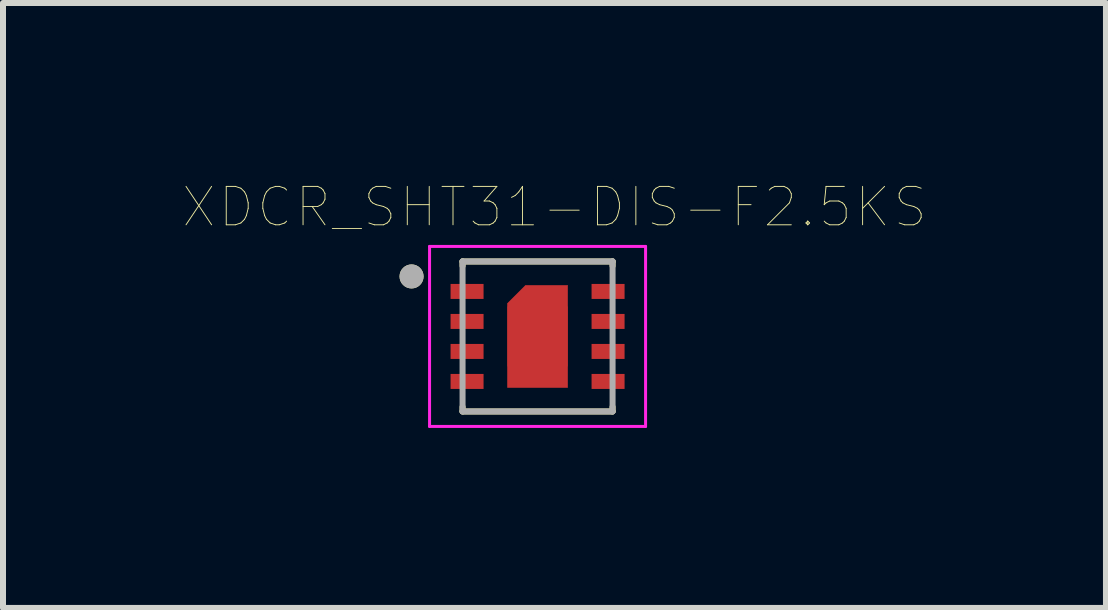
<source format=kicad_pcb>
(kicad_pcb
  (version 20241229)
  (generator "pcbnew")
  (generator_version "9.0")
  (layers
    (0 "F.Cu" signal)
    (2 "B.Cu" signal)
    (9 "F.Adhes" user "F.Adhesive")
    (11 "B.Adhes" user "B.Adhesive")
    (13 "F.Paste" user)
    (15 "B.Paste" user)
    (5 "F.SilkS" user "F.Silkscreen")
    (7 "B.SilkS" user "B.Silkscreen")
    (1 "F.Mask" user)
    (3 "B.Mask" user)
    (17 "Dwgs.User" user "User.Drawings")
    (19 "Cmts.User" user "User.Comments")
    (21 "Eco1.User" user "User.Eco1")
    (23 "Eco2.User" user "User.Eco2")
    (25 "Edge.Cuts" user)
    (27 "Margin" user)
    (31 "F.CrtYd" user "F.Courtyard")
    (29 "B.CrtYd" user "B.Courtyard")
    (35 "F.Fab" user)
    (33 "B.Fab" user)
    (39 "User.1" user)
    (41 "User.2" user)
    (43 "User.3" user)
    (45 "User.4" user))
  (footprint "XDCR_SHT31-DIS-F2.5KS"
    (layer "F.Cu")
    (at 5.909 2.557)
    (property "Reference" "XDCR_SHT31-DIS-F2.5KS" (at 0.282 -2.156 0) (layer "F.SilkS") (effects (font (size 0.64 0.64) (thickness 0.015))))
    (attr through_hole)
    (fp_poly (pts (xy -0.5 -0.55) (xy -0.2 -0.85) (xy 0.5 -0.85) (xy 0.5 0.85) (xy -0.5 0.85)) (stroke (width 0.01) (type solid)) (fill yes) (layer "F.Cu"))
    (fp_poly (pts (xy -0.6 -0.621) (xy -0.6 0.85) (xy -0.6 0.855) (xy -0.599 0.86) (xy -0.599 0.866) (xy -0.598 0.871) (xy -0.597 0.876) (xy -0.595 0.881) (xy -0.593 0.886) (xy -0.591 0.891) (xy -0.589 0.895) (xy -0.587 0.9) (xy -0.584 0.904) (xy -0.581 0.909) (xy -0.578 0.913) (xy -0.574 0.917) (xy -0.571 0.921) (xy -0.567 0.924) (xy -0.563 0.928) (xy -0.559 0.931) (xy -0.554 0.934) (xy -0.55 0.937) (xy -0.545 0.939) (xy -0.541 0.941) (xy -0.536 0.943) (xy -0.531 0.945) (xy -0.526 0.947) (xy -0.521 0.948) (xy -0.516 0.949) (xy -0.51 0.949) (xy -0.505 0.95) (xy -0.5 0.95) (xy 0.5 0.95) (xy 0.505 0.95) (xy 0.51 0.949) (xy 0.516 0.949) (xy 0.521 0.948) (xy 0.526 0.947) (xy 0.531 0.945) (xy 0.536 0.943) (xy 0.541 0.941) (xy 0.545 0.939) (xy 0.55 0.937) (xy 0.554 0.934) (xy 0.559 0.931) (xy 0.563 0.928) (xy 0.567 0.924) (xy 0.571 0.921) (xy 0.574 0.917) (xy 0.578 0.913) (xy 0.581 0.909) (xy 0.584 0.904) (xy 0.587 0.9) (xy 0.589 0.895) (xy 0.591 0.891) (xy 0.593 0.886) (xy 0.595 0.881) (xy 0.597 0.876) (xy 0.598 0.871) (xy 0.599 0.866) (xy 0.599 0.86) (xy 0.6 0.855) (xy 0.6 0.85) (xy 0.6 -0.85) (xy 0.6 -0.855) (xy 0.599 -0.86) (xy 0.599 -0.866) (xy 0.598 -0.871) (xy 0.597 -0.876) (xy 0.595 -0.881) (xy 0.593 -0.886) (xy 0.591 -0.891) (xy 0.589 -0.895) (xy 0.587 -0.9) (xy 0.584 -0.904) (xy 0.581 -0.909) (xy 0.578 -0.913) (xy 0.574 -0.917) (xy 0.571 -0.921) (xy 0.567 -0.924) (xy 0.563 -0.928) (xy 0.559 -0.931) (xy 0.554 -0.934) (xy 0.55 -0.937) (xy 0.545 -0.939) (xy 0.541 -0.941) (xy 0.536 -0.943) (xy 0.531 -0.945) (xy 0.526 -0.947) (xy 0.521 -0.948) (xy 0.516 -0.949) (xy 0.51 -0.949) (xy 0.505 -0.95) (xy 0.5 -0.95) (xy -0.271 -0.95) (xy -0.6 -0.621)) (stroke (width 0.01) (type solid)) (fill yes) (layer "F.Mask"))
    (fp_poly (pts (xy -1.5 -0.825) (xy -1.5 -0.675) (xy -1.5 -0.67) (xy -1.499 -0.665) (xy -1.499 -0.659) (xy -1.498 -0.654) (xy -1.497 -0.649) (xy -1.495 -0.644) (xy -1.493 -0.639) (xy -1.491 -0.634) (xy -1.489 -0.63) (xy -1.487 -0.625) (xy -1.484 -0.621) (xy -1.481 -0.616) (xy -1.478 -0.612) (xy -1.474 -0.608) (xy -1.471 -0.604) (xy -1.467 -0.601) (xy -1.463 -0.597) (xy -1.459 -0.594) (xy -1.454 -0.591) (xy -1.45 -0.588) (xy -1.445 -0.586) (xy -1.441 -0.584) (xy -1.436 -0.582) (xy -1.431 -0.58) (xy -1.426 -0.578) (xy -1.421 -0.577) (xy -1.416 -0.576) (xy -1.41 -0.576) (xy -1.405 -0.575) (xy -1.4 -0.575) (xy -0.95 -0.575) (xy -0.945 -0.575) (xy -0.94 -0.576) (xy -0.934 -0.576) (xy -0.929 -0.577) (xy -0.924 -0.578) (xy -0.919 -0.58) (xy -0.914 -0.582) (xy -0.909 -0.584) (xy -0.905 -0.586) (xy -0.9 -0.588) (xy -0.896 -0.591) (xy -0.891 -0.594) (xy -0.887 -0.597) (xy -0.883 -0.601) (xy -0.879 -0.604) (xy -0.876 -0.608) (xy -0.872 -0.612) (xy -0.869 -0.616) (xy -0.866 -0.621) (xy -0.863 -0.625) (xy -0.861 -0.63) (xy -0.859 -0.634) (xy -0.857 -0.639) (xy -0.855 -0.644) (xy -0.853 -0.649) (xy -0.852 -0.654) (xy -0.851 -0.659) (xy -0.851 -0.665) (xy -0.85 -0.67) (xy -0.85 -0.675) (xy -0.85 -0.825) (xy -0.85 -0.83) (xy -0.851 -0.835) (xy -0.851 -0.841) (xy -0.852 -0.846) (xy -0.853 -0.851) (xy -0.855 -0.856) (xy -0.857 -0.861) (xy -0.859 -0.866) (xy -0.861 -0.87) (xy -0.863 -0.875) (xy -0.866 -0.879) (xy -0.869 -0.884) (xy -0.872 -0.888) (xy -0.876 -0.892) (xy -0.879 -0.896) (xy -0.883 -0.899) (xy -0.887 -0.903) (xy -0.891 -0.906) (xy -0.896 -0.909) (xy -0.9 -0.912) (xy -0.905 -0.914) (xy -0.909 -0.916) (xy -0.914 -0.918) (xy -0.919 -0.92) (xy -0.924 -0.922) (xy -0.929 -0.923) (xy -0.934 -0.924) (xy -0.94 -0.924) (xy -0.945 -0.925) (xy -0.95 -0.925) (xy -1.4 -0.925) (xy -1.405 -0.925) (xy -1.41 -0.924) (xy -1.416 -0.924) (xy -1.421 -0.923) (xy -1.426 -0.922) (xy -1.431 -0.92) (xy -1.436 -0.918) (xy -1.441 -0.916) (xy -1.445 -0.914) (xy -1.45 -0.912) (xy -1.454 -0.909) (xy -1.459 -0.906) (xy -1.463 -0.903) (xy -1.467 -0.899) (xy -1.471 -0.896) (xy -1.474 -0.892) (xy -1.478 -0.888) (xy -1.481 -0.884) (xy -1.484 -0.879) (xy -1.487 -0.875) (xy -1.489 -0.87) (xy -1.491 -0.866) (xy -1.493 -0.861) (xy -1.495 -0.856) (xy -1.497 -0.851) (xy -1.498 -0.846) (xy -1.499 -0.841) (xy -1.499 -0.835) (xy -1.5 -0.83) (xy -1.5 -0.825)) (stroke (width 0.01) (type solid)) (fill yes) (layer "F.Mask"))
    (fp_poly (pts (xy -1.5 -0.375) (xy -1.5 -0.125) (xy -1.5 -0.122) (xy -1.5 -0.12) (xy -1.499 -0.117) (xy -1.499 -0.115) (xy -1.498 -0.112) (xy -1.498 -0.11) (xy -1.497 -0.107) (xy -1.496 -0.105) (xy -1.495 -0.102) (xy -1.493 -0.1) (xy -1.492 -0.098) (xy -1.49 -0.096) (xy -1.489 -0.094) (xy -1.487 -0.092) (xy -1.485 -0.09) (xy -1.483 -0.088) (xy -1.481 -0.086) (xy -1.479 -0.085) (xy -1.477 -0.083) (xy -1.475 -0.082) (xy -1.473 -0.08) (xy -1.47 -0.079) (xy -1.468 -0.078) (xy -1.465 -0.077) (xy -1.463 -0.077) (xy -1.46 -0.076) (xy -1.458 -0.076) (xy -1.455 -0.075) (xy -1.453 -0.075) (xy -1.45 -0.075) (xy -0.9 -0.075) (xy -0.897 -0.075) (xy -0.895 -0.075) (xy -0.892 -0.076) (xy -0.89 -0.076) (xy -0.887 -0.077) (xy -0.885 -0.077) (xy -0.882 -0.078) (xy -0.88 -0.079) (xy -0.877 -0.08) (xy -0.875 -0.082) (xy -0.873 -0.083) (xy -0.871 -0.085) (xy -0.869 -0.086) (xy -0.867 -0.088) (xy -0.865 -0.09) (xy -0.863 -0.092) (xy -0.861 -0.094) (xy -0.86 -0.096) (xy -0.858 -0.098) (xy -0.857 -0.1) (xy -0.855 -0.102) (xy -0.854 -0.105) (xy -0.853 -0.107) (xy -0.852 -0.11) (xy -0.852 -0.112) (xy -0.851 -0.115) (xy -0.851 -0.117) (xy -0.85 -0.12) (xy -0.85 -0.122) (xy -0.85 -0.125) (xy -0.85 -0.375) (xy -0.85 -0.378) (xy -0.85 -0.38) (xy -0.851 -0.383) (xy -0.851 -0.385) (xy -0.852 -0.388) (xy -0.852 -0.39) (xy -0.853 -0.393) (xy -0.854 -0.395) (xy -0.855 -0.398) (xy -0.857 -0.4) (xy -0.858 -0.402) (xy -0.86 -0.404) (xy -0.861 -0.406) (xy -0.863 -0.408) (xy -0.865 -0.41) (xy -0.867 -0.412) (xy -0.869 -0.414) (xy -0.871 -0.415) (xy -0.873 -0.417) (xy -0.875 -0.418) (xy -0.877 -0.42) (xy -0.88 -0.421) (xy -0.882 -0.422) (xy -0.885 -0.423) (xy -0.887 -0.423) (xy -0.89 -0.424) (xy -0.892 -0.424) (xy -0.895 -0.425) (xy -0.897 -0.425) (xy -0.9 -0.425) (xy -1.45 -0.425) (xy -1.453 -0.425) (xy -1.455 -0.425) (xy -1.458 -0.424) (xy -1.46 -0.424) (xy -1.463 -0.423) (xy -1.465 -0.423) (xy -1.468 -0.422) (xy -1.47 -0.421) (xy -1.473 -0.42) (xy -1.475 -0.418) (xy -1.477 -0.417) (xy -1.479 -0.415) (xy -1.481 -0.414) (xy -1.483 -0.412) (xy -1.485 -0.41) (xy -1.487 -0.408) (xy -1.489 -0.406) (xy -1.49 -0.404) (xy -1.492 -0.402) (xy -1.493 -0.4) (xy -1.495 -0.398) (xy -1.496 -0.395) (xy -1.497 -0.393) (xy -1.498 -0.39) (xy -1.498 -0.388) (xy -1.499 -0.385) (xy -1.499 -0.383) (xy -1.5 -0.38) (xy -1.5 -0.378) (xy -1.5 -0.375)) (stroke (width 0.01) (type solid)) (fill yes) (layer "F.Mask"))
    (fp_poly (pts (xy -1.5 0.125) (xy -1.5 0.375) (xy -1.5 0.378) (xy -1.5 0.38) (xy -1.499 0.383) (xy -1.499 0.385) (xy -1.498 0.388) (xy -1.498 0.39) (xy -1.497 0.393) (xy -1.496 0.395) (xy -1.495 0.398) (xy -1.493 0.4) (xy -1.492 0.402) (xy -1.49 0.404) (xy -1.489 0.406) (xy -1.487 0.408) (xy -1.485 0.41) (xy -1.483 0.412) (xy -1.481 0.414) (xy -1.479 0.415) (xy -1.477 0.417) (xy -1.475 0.418) (xy -1.473 0.42) (xy -1.47 0.421) (xy -1.468 0.422) (xy -1.465 0.423) (xy -1.463 0.423) (xy -1.46 0.424) (xy -1.458 0.424) (xy -1.455 0.425) (xy -1.453 0.425) (xy -1.45 0.425) (xy -0.9 0.425) (xy -0.897 0.425) (xy -0.895 0.425) (xy -0.892 0.424) (xy -0.89 0.424) (xy -0.887 0.423) (xy -0.885 0.423) (xy -0.882 0.422) (xy -0.88 0.421) (xy -0.877 0.42) (xy -0.875 0.418) (xy -0.873 0.417) (xy -0.871 0.415) (xy -0.869 0.414) (xy -0.867 0.412) (xy -0.865 0.41) (xy -0.863 0.408) (xy -0.861 0.406) (xy -0.86 0.404) (xy -0.858 0.402) (xy -0.857 0.4) (xy -0.855 0.398) (xy -0.854 0.395) (xy -0.853 0.393) (xy -0.852 0.39) (xy -0.852 0.388) (xy -0.851 0.385) (xy -0.851 0.383) (xy -0.85 0.38) (xy -0.85 0.378) (xy -0.85 0.375) (xy -0.85 0.125) (xy -0.85 0.122) (xy -0.85 0.12) (xy -0.851 0.117) (xy -0.851 0.115) (xy -0.852 0.112) (xy -0.852 0.11) (xy -0.853 0.107) (xy -0.854 0.105) (xy -0.855 0.102) (xy -0.857 0.1) (xy -0.858 0.098) (xy -0.86 0.096) (xy -0.861 0.094) (xy -0.863 0.092) (xy -0.865 0.09) (xy -0.867 0.088) (xy -0.869 0.086) (xy -0.871 0.085) (xy -0.873 0.083) (xy -0.875 0.082) (xy -0.877 0.08) (xy -0.88 0.079) (xy -0.882 0.078) (xy -0.885 0.077) (xy -0.887 0.077) (xy -0.89 0.076) (xy -0.892 0.076) (xy -0.895 0.075) (xy -0.897 0.075) (xy -0.9 0.075) (xy -1.45 0.075) (xy -1.453 0.075) (xy -1.455 0.075) (xy -1.458 0.076) (xy -1.46 0.076) (xy -1.463 0.077) (xy -1.465 0.077) (xy -1.468 0.078) (xy -1.47 0.079) (xy -1.473 0.08) (xy -1.475 0.082) (xy -1.477 0.083) (xy -1.479 0.085) (xy -1.481 0.086) (xy -1.483 0.088) (xy -1.485 0.09) (xy -1.487 0.092) (xy -1.489 0.094) (xy -1.49 0.096) (xy -1.492 0.098) (xy -1.493 0.1) (xy -1.495 0.102) (xy -1.496 0.105) (xy -1.497 0.107) (xy -1.498 0.11) (xy -1.498 0.112) (xy -1.499 0.115) (xy -1.499 0.117) (xy -1.5 0.12) (xy -1.5 0.122) (xy -1.5 0.125)) (stroke (width 0.01) (type solid)) (fill yes) (layer "F.Mask"))
    (fp_poly (pts (xy -1.5 0.625) (xy -1.5 0.875) (xy -1.5 0.878) (xy -1.5 0.88) (xy -1.499 0.883) (xy -1.499 0.885) (xy -1.498 0.888) (xy -1.498 0.89) (xy -1.497 0.893) (xy -1.496 0.895) (xy -1.495 0.898) (xy -1.493 0.9) (xy -1.492 0.902) (xy -1.49 0.904) (xy -1.489 0.906) (xy -1.487 0.908) (xy -1.485 0.91) (xy -1.483 0.912) (xy -1.481 0.914) (xy -1.479 0.915) (xy -1.477 0.917) (xy -1.475 0.918) (xy -1.473 0.92) (xy -1.47 0.921) (xy -1.468 0.922) (xy -1.465 0.923) (xy -1.463 0.923) (xy -1.46 0.924) (xy -1.458 0.924) (xy -1.455 0.925) (xy -1.453 0.925) (xy -1.45 0.925) (xy -0.9 0.925) (xy -0.897 0.925) (xy -0.895 0.925) (xy -0.892 0.924) (xy -0.89 0.924) (xy -0.887 0.923) (xy -0.885 0.923) (xy -0.882 0.922) (xy -0.88 0.921) (xy -0.877 0.92) (xy -0.875 0.918) (xy -0.873 0.917) (xy -0.871 0.915) (xy -0.869 0.914) (xy -0.867 0.912) (xy -0.865 0.91) (xy -0.863 0.908) (xy -0.861 0.906) (xy -0.86 0.904) (xy -0.858 0.902) (xy -0.857 0.9) (xy -0.855 0.898) (xy -0.854 0.895) (xy -0.853 0.893) (xy -0.852 0.89) (xy -0.852 0.888) (xy -0.851 0.885) (xy -0.851 0.883) (xy -0.85 0.88) (xy -0.85 0.878) (xy -0.85 0.875) (xy -0.85 0.625) (xy -0.85 0.622) (xy -0.85 0.62) (xy -0.851 0.617) (xy -0.851 0.615) (xy -0.852 0.612) (xy -0.852 0.61) (xy -0.853 0.607) (xy -0.854 0.605) (xy -0.855 0.602) (xy -0.857 0.6) (xy -0.858 0.598) (xy -0.86 0.596) (xy -0.861 0.594) (xy -0.863 0.592) (xy -0.865 0.59) (xy -0.867 0.588) (xy -0.869 0.586) (xy -0.871 0.585) (xy -0.873 0.583) (xy -0.875 0.582) (xy -0.877 0.58) (xy -0.88 0.579) (xy -0.882 0.578) (xy -0.885 0.577) (xy -0.887 0.577) (xy -0.89 0.576) (xy -0.892 0.576) (xy -0.895 0.575) (xy -0.897 0.575) (xy -0.9 0.575) (xy -1.45 0.575) (xy -1.453 0.575) (xy -1.455 0.575) (xy -1.458 0.576) (xy -1.46 0.576) (xy -1.463 0.577) (xy -1.465 0.577) (xy -1.468 0.578) (xy -1.47 0.579) (xy -1.473 0.58) (xy -1.475 0.582) (xy -1.477 0.583) (xy -1.479 0.585) (xy -1.481 0.586) (xy -1.483 0.588) (xy -1.485 0.59) (xy -1.487 0.592) (xy -1.489 0.594) (xy -1.49 0.596) (xy -1.492 0.598) (xy -1.493 0.6) (xy -1.495 0.602) (xy -1.496 0.605) (xy -1.497 0.607) (xy -1.498 0.61) (xy -1.498 0.612) (xy -1.499 0.615) (xy -1.499 0.617) (xy -1.5 0.62) (xy -1.5 0.622) (xy -1.5 0.625)) (stroke (width 0.01) (type solid)) (fill yes) (layer "F.Mask"))
    (fp_poly (pts (xy 1.5 -0.875) (xy 1.5 -0.625) (xy 1.5 -0.622) (xy 1.5 -0.62) (xy 1.499 -0.617) (xy 1.499 -0.615) (xy 1.498 -0.612) (xy 1.498 -0.61) (xy 1.497 -0.607) (xy 1.496 -0.605) (xy 1.495 -0.602) (xy 1.493 -0.6) (xy 1.492 -0.598) (xy 1.49 -0.596) (xy 1.489 -0.594) (xy 1.487 -0.592) (xy 1.485 -0.59) (xy 1.483 -0.588) (xy 1.481 -0.586) (xy 1.479 -0.585) (xy 1.477 -0.583) (xy 1.475 -0.582) (xy 1.473 -0.58) (xy 1.47 -0.579) (xy 1.468 -0.578) (xy 1.465 -0.577) (xy 1.463 -0.577) (xy 1.46 -0.576) (xy 1.458 -0.576) (xy 1.455 -0.575) (xy 1.453 -0.575) (xy 1.45 -0.575) (xy 0.9 -0.575) (xy 0.897 -0.575) (xy 0.895 -0.575) (xy 0.892 -0.576) (xy 0.89 -0.576) (xy 0.887 -0.577) (xy 0.885 -0.577) (xy 0.882 -0.578) (xy 0.88 -0.579) (xy 0.877 -0.58) (xy 0.875 -0.582) (xy 0.873 -0.583) (xy 0.871 -0.585) (xy 0.869 -0.586) (xy 0.867 -0.588) (xy 0.865 -0.59) (xy 0.863 -0.592) (xy 0.861 -0.594) (xy 0.86 -0.596) (xy 0.858 -0.598) (xy 0.857 -0.6) (xy 0.855 -0.602) (xy 0.854 -0.605) (xy 0.853 -0.607) (xy 0.852 -0.61) (xy 0.852 -0.612) (xy 0.851 -0.615) (xy 0.851 -0.617) (xy 0.85 -0.62) (xy 0.85 -0.622) (xy 0.85 -0.625) (xy 0.85 -0.875) (xy 0.85 -0.878) (xy 0.85 -0.88) (xy 0.851 -0.883) (xy 0.851 -0.885) (xy 0.852 -0.888) (xy 0.852 -0.89) (xy 0.853 -0.893) (xy 0.854 -0.895) (xy 0.855 -0.898) (xy 0.857 -0.9) (xy 0.858 -0.902) (xy 0.86 -0.904) (xy 0.861 -0.906) (xy 0.863 -0.908) (xy 0.865 -0.91) (xy 0.867 -0.912) (xy 0.869 -0.914) (xy 0.871 -0.915) (xy 0.873 -0.917) (xy 0.875 -0.918) (xy 0.877 -0.92) (xy 0.88 -0.921) (xy 0.882 -0.922) (xy 0.885 -0.923) (xy 0.887 -0.923) (xy 0.89 -0.924) (xy 0.892 -0.924) (xy 0.895 -0.925) (xy 0.897 -0.925) (xy 0.9 -0.925) (xy 1.45 -0.925) (xy 1.453 -0.925) (xy 1.455 -0.925) (xy 1.458 -0.924) (xy 1.46 -0.924) (xy 1.463 -0.923) (xy 1.465 -0.923) (xy 1.468 -0.922) (xy 1.47 -0.921) (xy 1.473 -0.92) (xy 1.475 -0.918) (xy 1.477 -0.917) (xy 1.479 -0.915) (xy 1.481 -0.914) (xy 1.483 -0.912) (xy 1.485 -0.91) (xy 1.487 -0.908) (xy 1.489 -0.906) (xy 1.49 -0.904) (xy 1.492 -0.902) (xy 1.493 -0.9) (xy 1.495 -0.898) (xy 1.496 -0.895) (xy 1.497 -0.893) (xy 1.498 -0.89) (xy 1.498 -0.888) (xy 1.499 -0.885) (xy 1.499 -0.883) (xy 1.5 -0.88) (xy 1.5 -0.878) (xy 1.5 -0.875)) (stroke (width 0.01) (type solid)) (fill yes) (layer "F.Mask"))
    (fp_poly (pts (xy 1.5 -0.375) (xy 1.5 -0.125) (xy 1.5 -0.122) (xy 1.5 -0.12) (xy 1.499 -0.117) (xy 1.499 -0.115) (xy 1.498 -0.112) (xy 1.498 -0.11) (xy 1.497 -0.107) (xy 1.496 -0.105) (xy 1.495 -0.102) (xy 1.493 -0.1) (xy 1.492 -0.098) (xy 1.49 -0.096) (xy 1.489 -0.094) (xy 1.487 -0.092) (xy 1.485 -0.09) (xy 1.483 -0.088) (xy 1.481 -0.086) (xy 1.479 -0.085) (xy 1.477 -0.083) (xy 1.475 -0.082) (xy 1.473 -0.08) (xy 1.47 -0.079) (xy 1.468 -0.078) (xy 1.465 -0.077) (xy 1.463 -0.077) (xy 1.46 -0.076) (xy 1.458 -0.076) (xy 1.455 -0.075) (xy 1.453 -0.075) (xy 1.45 -0.075) (xy 0.9 -0.075) (xy 0.897 -0.075) (xy 0.895 -0.075) (xy 0.892 -0.076) (xy 0.89 -0.076) (xy 0.887 -0.077) (xy 0.885 -0.077) (xy 0.882 -0.078) (xy 0.88 -0.079) (xy 0.877 -0.08) (xy 0.875 -0.082) (xy 0.873 -0.083) (xy 0.871 -0.085) (xy 0.869 -0.086) (xy 0.867 -0.088) (xy 0.865 -0.09) (xy 0.863 -0.092) (xy 0.861 -0.094) (xy 0.86 -0.096) (xy 0.858 -0.098) (xy 0.857 -0.1) (xy 0.855 -0.102) (xy 0.854 -0.105) (xy 0.853 -0.107) (xy 0.852 -0.11) (xy 0.852 -0.112) (xy 0.851 -0.115) (xy 0.851 -0.117) (xy 0.85 -0.12) (xy 0.85 -0.122) (xy 0.85 -0.125) (xy 0.85 -0.375) (xy 0.85 -0.378) (xy 0.85 -0.38) (xy 0.851 -0.383) (xy 0.851 -0.385) (xy 0.852 -0.388) (xy 0.852 -0.39) (xy 0.853 -0.393) (xy 0.854 -0.395) (xy 0.855 -0.398) (xy 0.857 -0.4) (xy 0.858 -0.402) (xy 0.86 -0.404) (xy 0.861 -0.406) (xy 0.863 -0.408) (xy 0.865 -0.41) (xy 0.867 -0.412) (xy 0.869 -0.414) (xy 0.871 -0.415) (xy 0.873 -0.417) (xy 0.875 -0.418) (xy 0.877 -0.42) (xy 0.88 -0.421) (xy 0.882 -0.422) (xy 0.885 -0.423) (xy 0.887 -0.423) (xy 0.89 -0.424) (xy 0.892 -0.424) (xy 0.895 -0.425) (xy 0.897 -0.425) (xy 0.9 -0.425) (xy 1.45 -0.425) (xy 1.453 -0.425) (xy 1.455 -0.425) (xy 1.458 -0.424) (xy 1.46 -0.424) (xy 1.463 -0.423) (xy 1.465 -0.423) (xy 1.468 -0.422) (xy 1.47 -0.421) (xy 1.473 -0.42) (xy 1.475 -0.418) (xy 1.477 -0.417) (xy 1.479 -0.415) (xy 1.481 -0.414) (xy 1.483 -0.412) (xy 1.485 -0.41) (xy 1.487 -0.408) (xy 1.489 -0.406) (xy 1.49 -0.404) (xy 1.492 -0.402) (xy 1.493 -0.4) (xy 1.495 -0.398) (xy 1.496 -0.395) (xy 1.497 -0.393) (xy 1.498 -0.39) (xy 1.498 -0.388) (xy 1.499 -0.385) (xy 1.499 -0.383) (xy 1.5 -0.38) (xy 1.5 -0.378) (xy 1.5 -0.375)) (stroke (width 0.01) (type solid)) (fill yes) (layer "F.Mask"))
    (fp_poly (pts (xy 1.5 0.125) (xy 1.5 0.375) (xy 1.5 0.378) (xy 1.5 0.38) (xy 1.499 0.383) (xy 1.499 0.385) (xy 1.498 0.388) (xy 1.498 0.39) (xy 1.497 0.393) (xy 1.496 0.395) (xy 1.495 0.398) (xy 1.493 0.4) (xy 1.492 0.402) (xy 1.49 0.404) (xy 1.489 0.406) (xy 1.487 0.408) (xy 1.485 0.41) (xy 1.483 0.412) (xy 1.481 0.414) (xy 1.479 0.415) (xy 1.477 0.417) (xy 1.475 0.418) (xy 1.473 0.42) (xy 1.47 0.421) (xy 1.468 0.422) (xy 1.465 0.423) (xy 1.463 0.423) (xy 1.46 0.424) (xy 1.458 0.424) (xy 1.455 0.425) (xy 1.453 0.425) (xy 1.45 0.425) (xy 0.9 0.425) (xy 0.897 0.425) (xy 0.895 0.425) (xy 0.892 0.424) (xy 0.89 0.424) (xy 0.887 0.423) (xy 0.885 0.423) (xy 0.882 0.422) (xy 0.88 0.421) (xy 0.877 0.42) (xy 0.875 0.418) (xy 0.873 0.417) (xy 0.871 0.415) (xy 0.869 0.414) (xy 0.867 0.412) (xy 0.865 0.41) (xy 0.863 0.408) (xy 0.861 0.406) (xy 0.86 0.404) (xy 0.858 0.402) (xy 0.857 0.4) (xy 0.855 0.398) (xy 0.854 0.395) (xy 0.853 0.393) (xy 0.852 0.39) (xy 0.852 0.388) (xy 0.851 0.385) (xy 0.851 0.383) (xy 0.85 0.38) (xy 0.85 0.378) (xy 0.85 0.375) (xy 0.85 0.125) (xy 0.85 0.122) (xy 0.85 0.12) (xy 0.851 0.117) (xy 0.851 0.115) (xy 0.852 0.112) (xy 0.852 0.11) (xy 0.853 0.107) (xy 0.854 0.105) (xy 0.855 0.102) (xy 0.857 0.1) (xy 0.858 0.098) (xy 0.86 0.096) (xy 0.861 0.094) (xy 0.863 0.092) (xy 0.865 0.09) (xy 0.867 0.088) (xy 0.869 0.086) (xy 0.871 0.085) (xy 0.873 0.083) (xy 0.875 0.082) (xy 0.877 0.08) (xy 0.88 0.079) (xy 0.882 0.078) (xy 0.885 0.077) (xy 0.887 0.077) (xy 0.89 0.076) (xy 0.892 0.076) (xy 0.895 0.075) (xy 0.897 0.075) (xy 0.9 0.075) (xy 1.45 0.075) (xy 1.453 0.075) (xy 1.455 0.075) (xy 1.458 0.076) (xy 1.46 0.076) (xy 1.463 0.077) (xy 1.465 0.077) (xy 1.468 0.078) (xy 1.47 0.079) (xy 1.473 0.08) (xy 1.475 0.082) (xy 1.477 0.083) (xy 1.479 0.085) (xy 1.481 0.086) (xy 1.483 0.088) (xy 1.485 0.09) (xy 1.487 0.092) (xy 1.489 0.094) (xy 1.49 0.096) (xy 1.492 0.098) (xy 1.493 0.1) (xy 1.495 0.102) (xy 1.496 0.105) (xy 1.497 0.107) (xy 1.498 0.11) (xy 1.498 0.112) (xy 1.499 0.115) (xy 1.499 0.117) (xy 1.5 0.12) (xy 1.5 0.122) (xy 1.5 0.125)) (stroke (width 0.01) (type solid)) (fill yes) (layer "F.Mask"))
    (fp_poly (pts (xy 1.5 0.625) (xy 1.5 0.875) (xy 1.5 0.878) (xy 1.5 0.88) (xy 1.499 0.883) (xy 1.499 0.885) (xy 1.498 0.888) (xy 1.498 0.89) (xy 1.497 0.893) (xy 1.496 0.895) (xy 1.495 0.898) (xy 1.493 0.9) (xy 1.492 0.902) (xy 1.49 0.904) (xy 1.489 0.906) (xy 1.487 0.908) (xy 1.485 0.91) (xy 1.483 0.912) (xy 1.481 0.914) (xy 1.479 0.915) (xy 1.477 0.917) (xy 1.475 0.918) (xy 1.473 0.92) (xy 1.47 0.921) (xy 1.468 0.922) (xy 1.465 0.923) (xy 1.463 0.923) (xy 1.46 0.924) (xy 1.458 0.924) (xy 1.455 0.925) (xy 1.453 0.925) (xy 1.45 0.925) (xy 0.9 0.925) (xy 0.897 0.925) (xy 0.895 0.925) (xy 0.892 0.924) (xy 0.89 0.924) (xy 0.887 0.923) (xy 0.885 0.923) (xy 0.882 0.922) (xy 0.88 0.921) (xy 0.877 0.92) (xy 0.875 0.918) (xy 0.873 0.917) (xy 0.871 0.915) (xy 0.869 0.914) (xy 0.867 0.912) (xy 0.865 0.91) (xy 0.863 0.908) (xy 0.861 0.906) (xy 0.86 0.904) (xy 0.858 0.902) (xy 0.857 0.9) (xy 0.855 0.898) (xy 0.854 0.895) (xy 0.853 0.893) (xy 0.852 0.89) (xy 0.852 0.888) (xy 0.851 0.885) (xy 0.851 0.883) (xy 0.85 0.88) (xy 0.85 0.878) (xy 0.85 0.875) (xy 0.85 0.625) (xy 0.85 0.622) (xy 0.85 0.62) (xy 0.851 0.617) (xy 0.851 0.615) (xy 0.852 0.612) (xy 0.852 0.61) (xy 0.853 0.607) (xy 0.854 0.605) (xy 0.855 0.602) (xy 0.857 0.6) (xy 0.858 0.598) (xy 0.86 0.596) (xy 0.861 0.594) (xy 0.863 0.592) (xy 0.865 0.59) (xy 0.867 0.588) (xy 0.869 0.586) (xy 0.871 0.585) (xy 0.873 0.583) (xy 0.875 0.582) (xy 0.877 0.58) (xy 0.88 0.579) (xy 0.882 0.578) (xy 0.885 0.577) (xy 0.887 0.577) (xy 0.89 0.576) (xy 0.892 0.576) (xy 0.895 0.575) (xy 0.897 0.575) (xy 0.9 0.575) (xy 1.45 0.575) (xy 1.453 0.575) (xy 1.455 0.575) (xy 1.458 0.576) (xy 1.46 0.576) (xy 1.463 0.577) (xy 1.465 0.577) (xy 1.468 0.578) (xy 1.47 0.579) (xy 1.473 0.58) (xy 1.475 0.582) (xy 1.477 0.583) (xy 1.479 0.585) (xy 1.481 0.586) (xy 1.483 0.588) (xy 1.485 0.59) (xy 1.487 0.592) (xy 1.489 0.594) (xy 1.49 0.596) (xy 1.492 0.598) (xy 1.493 0.6) (xy 1.495 0.602) (xy 1.496 0.605) (xy 1.497 0.607) (xy 1.498 0.61) (xy 1.498 0.612) (xy 1.499 0.615) (xy 1.499 0.617) (xy 1.5 0.62) (xy 1.5 0.622) (xy 1.5 0.625)) (stroke (width 0.01) (type solid)) (fill yes) (layer "F.Mask"))
    (fp_line (start -1.25 -1.25) (end -1.25 -1.175) (stroke (width 0.1) (type solid)) (layer "F.SilkS"))
    (fp_line (start -1.25 1.25) (end -1.25 1.175) (stroke (width 0.1) (type solid)) (layer "F.SilkS"))
    (fp_line (start -1.25 1.25) (end 1.25 1.25) (stroke (width 0.1) (type solid)) (layer "F.SilkS"))
    (fp_line (start 1.25 -1.25) (end -1.25 -1.25) (stroke (width 0.1) (type solid)) (layer "F.SilkS"))
    (fp_line (start 1.25 -1.25) (end 1.25 -1.175) (stroke (width 0.1) (type solid)) (layer "F.SilkS"))
    (fp_line (start 1.25 1.25) (end 1.25 1.175) (stroke (width 0.1) (type solid)) (layer "F.SilkS"))
    (fp_circle (center -2.1 -1) (end -2 -1) (stroke (width 0.2) (type solid)) (fill no) (layer "F.SilkS"))
    (fp_poly (pts (xy -0.4 -0.45) (xy -0.1 -0.75) (xy 0.4 -0.75) (xy 0.4 0.75) (xy -0.4 0.75)) (stroke (width 0.01) (type solid)) (fill yes) (layer "F.Paste"))
    (fp_line (start -1.8 -1.5) (end -1.8 1.5) (stroke (width 0.05) (type solid)) (layer "F.CrtYd"))
    (fp_line (start -1.8 1.5) (end 1.8 1.5) (stroke (width 0.05) (type solid)) (layer "F.CrtYd"))
    (fp_line (start 1.8 -1.5) (end -1.8 -1.5) (stroke (width 0.05) (type solid)) (layer "F.CrtYd"))
    (fp_line (start 1.8 1.5) (end 1.8 -1.5) (stroke (width 0.05) (type solid)) (layer "F.CrtYd"))
    (fp_line (start -1.25 -1.25) (end -1.25 1.25) (stroke (width 0.1) (type solid)) (layer "F.Fab"))
    (fp_line (start -1.25 -1.25) (end 1.25 -1.25) (stroke (width 0.1) (type solid)) (layer "F.Fab"))
    (fp_line (start 1.25 1.25) (end -1.25 1.25) (stroke (width 0.1) (type solid)) (layer "F.Fab"))
    (fp_line (start 1.25 1.25) (end 1.25 -1.25) (stroke (width 0.1) (type solid)) (layer "F.Fab"))
    (fp_circle (center -2.1 -1) (end -2 -1) (stroke (width 0.2) (type solid)) (fill no) (layer "F.Fab"))
    (pad "1" smd rect (at -1.175 -0.75) (size 0.55 0.25) (layers "F.Cu" "F.Paste"))
    (pad "2" smd rect (at -1.175 -0.25) (size 0.55 0.25) (layers "F.Cu" "F.Paste"))
    (pad "3" smd rect (at -1.175 0.25) (size 0.55 0.25) (layers "F.Cu" "F.Paste"))
    (pad "4" smd rect (at -1.175 0.75) (size 0.55 0.25) (layers "F.Cu" "F.Paste"))
    (pad "5" smd rect (at 1.175 0.75) (size 0.55 0.25) (layers "F.Cu" "F.Paste"))
    (pad "6" smd rect (at 1.175 0.25) (size 0.55 0.25) (layers "F.Cu" "F.Paste"))
    (pad "7" smd rect (at 1.175 -0.25) (size 0.55 0.25) (layers "F.Cu" "F.Paste"))
    (pad "8" smd rect (at 1.175 -0.75) (size 0.55 0.25) (layers "F.Cu" "F.Paste"))
    (pad "9" smd rect (at 0 0) (size 1 1) (layers "F.Cu")))
  (gr_rect
    (start -3 -3)
    (end 15.382 7.082)
    (stroke (width 0.1) (type default))
    (fill no)
    (layer "Edge.Cuts")))
</source>
